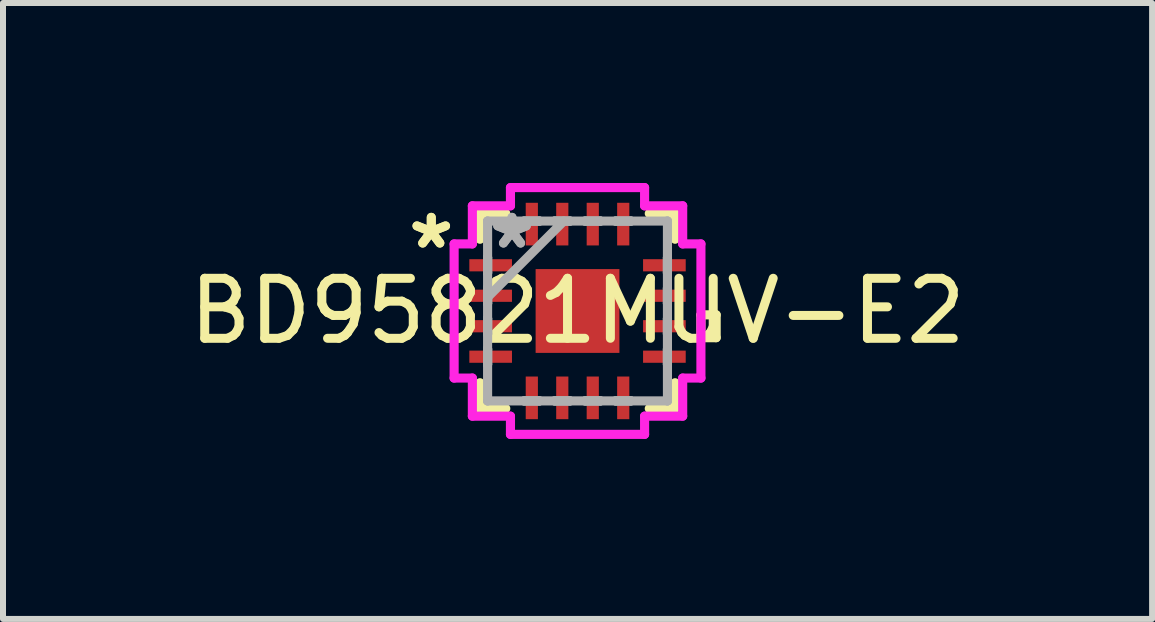
<source format=kicad_pcb>
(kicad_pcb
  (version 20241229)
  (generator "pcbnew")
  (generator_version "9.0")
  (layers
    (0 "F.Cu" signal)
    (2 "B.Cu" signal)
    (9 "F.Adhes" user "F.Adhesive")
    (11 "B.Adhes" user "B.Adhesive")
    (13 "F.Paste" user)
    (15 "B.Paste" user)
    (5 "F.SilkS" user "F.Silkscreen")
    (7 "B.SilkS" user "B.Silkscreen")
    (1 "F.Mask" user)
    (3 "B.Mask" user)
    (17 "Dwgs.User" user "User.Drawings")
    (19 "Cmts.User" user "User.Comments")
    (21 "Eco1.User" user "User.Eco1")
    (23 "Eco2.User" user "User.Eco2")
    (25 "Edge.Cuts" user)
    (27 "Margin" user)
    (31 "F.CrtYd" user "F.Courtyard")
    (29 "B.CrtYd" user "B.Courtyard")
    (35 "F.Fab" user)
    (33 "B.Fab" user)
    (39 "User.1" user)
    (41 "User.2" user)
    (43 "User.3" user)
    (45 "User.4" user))
  (footprint "BD95821MUV-E2"
    (layer "F.Cu")
    (at 6.577 2.134)
    (property "Reference" "BD95821MUV-E2" (at 0 0 0) (layer "F.SilkS") (effects (font (size 1 1) (thickness 0.15))))
    (attr through_hole)
    (fp_line (start -1.626 -1.626) (end -1.626 -1.196) (stroke (width 0.152) (type solid)) (layer "F.SilkS"))
    (fp_line (start -1.626 1.196) (end -1.626 1.626) (stroke (width 0.152) (type solid)) (layer "F.SilkS"))
    (fp_line (start -1.626 1.626) (end -1.196 1.626) (stroke (width 0.152) (type solid)) (layer "F.SilkS"))
    (fp_line (start -1.196 -1.626) (end -1.626 -1.626) (stroke (width 0.152) (type solid)) (layer "F.SilkS"))
    (fp_line (start 1.196 1.626) (end 1.626 1.626) (stroke (width 0.152) (type solid)) (layer "F.SilkS"))
    (fp_line (start 1.626 -1.626) (end 1.196 -1.626) (stroke (width 0.152) (type solid)) (layer "F.SilkS"))
    (fp_line (start 1.626 -1.196) (end 1.626 -1.626) (stroke (width 0.152) (type solid)) (layer "F.SilkS"))
    (fp_line (start 1.626 1.626) (end 1.626 1.196) (stroke (width 0.152) (type solid)) (layer "F.SilkS"))
    (fp_line (start 2.057 0.064) (end 2.311 0.064) (stroke (width 0.152) (type solid)) (layer "F.SilkS"))
    (fp_line (start 2.057 0.445) (end 2.057 0.064) (stroke (width 0.152) (type solid)) (layer "F.SilkS"))
    (fp_line (start 2.311 0.064) (end 2.311 0.445) (stroke (width 0.152) (type solid)) (layer "F.SilkS"))
    (fp_line (start 2.311 0.445) (end 2.057 0.445) (stroke (width 0.152) (type solid)) (layer "F.SilkS"))
    (fp_line (start -2.057 -1.118) (end -1.753 -1.118) (stroke (width 0.152) (type solid)) (layer "F.CrtYd"))
    (fp_line (start -2.057 1.118) (end -2.057 -1.118) (stroke (width 0.152) (type solid)) (layer "F.CrtYd"))
    (fp_line (start -1.753 -1.753) (end -1.118 -1.753) (stroke (width 0.152) (type solid)) (layer "F.CrtYd"))
    (fp_line (start -1.753 -1.118) (end -1.753 -1.753) (stroke (width 0.152) (type solid)) (layer "F.CrtYd"))
    (fp_line (start -1.753 1.118) (end -2.057 1.118) (stroke (width 0.152) (type solid)) (layer "F.CrtYd"))
    (fp_line (start -1.753 1.753) (end -1.753 1.118) (stroke (width 0.152) (type solid)) (layer "F.CrtYd"))
    (fp_line (start -1.118 -2.057) (end 1.118 -2.057) (stroke (width 0.152) (type solid)) (layer "F.CrtYd"))
    (fp_line (start -1.118 -1.753) (end -1.118 -2.057) (stroke (width 0.152) (type solid)) (layer "F.CrtYd"))
    (fp_line (start -1.118 1.753) (end -1.753 1.753) (stroke (width 0.152) (type solid)) (layer "F.CrtYd"))
    (fp_line (start -1.118 2.057) (end -1.118 1.753) (stroke (width 0.152) (type solid)) (layer "F.CrtYd"))
    (fp_line (start 1.118 -2.057) (end 1.118 -1.753) (stroke (width 0.152) (type solid)) (layer "F.CrtYd"))
    (fp_line (start 1.118 -1.753) (end 1.753 -1.753) (stroke (width 0.152) (type solid)) (layer "F.CrtYd"))
    (fp_line (start 1.118 1.753) (end 1.118 2.057) (stroke (width 0.152) (type solid)) (layer "F.CrtYd"))
    (fp_line (start 1.118 2.057) (end -1.118 2.057) (stroke (width 0.152) (type solid)) (layer "F.CrtYd"))
    (fp_line (start 1.753 -1.753) (end 1.753 -1.118) (stroke (width 0.152) (type solid)) (layer "F.CrtYd"))
    (fp_line (start 1.753 -1.118) (end 2.057 -1.118) (stroke (width 0.152) (type solid)) (layer "F.CrtYd"))
    (fp_line (start 1.753 1.118) (end 1.753 1.753) (stroke (width 0.152) (type solid)) (layer "F.CrtYd"))
    (fp_line (start 1.753 1.753) (end 1.118 1.753) (stroke (width 0.152) (type solid)) (layer "F.CrtYd"))
    (fp_line (start 2.057 -1.118) (end 2.057 1.118) (stroke (width 0.152) (type solid)) (layer "F.CrtYd"))
    (fp_line (start 2.057 1.118) (end 1.753 1.118) (stroke (width 0.152) (type solid)) (layer "F.CrtYd"))
    (fp_line (start -1.499 -1.499) (end -1.499 -1.499) (stroke (width 0.152) (type solid)) (layer "F.Fab"))
    (fp_line (start -1.499 -1.499) (end -1.499 1.499) (stroke (width 0.152) (type solid)) (layer "F.Fab"))
    (fp_line (start -1.499 -0.889) (end -1.499 -0.889) (stroke (width 0.152) (type solid)) (layer "F.Fab"))
    (fp_line (start -1.499 -0.889) (end -1.499 -0.635) (stroke (width 0.152) (type solid)) (layer "F.Fab"))
    (fp_line (start -1.499 -0.635) (end -1.499 -0.889) (stroke (width 0.152) (type solid)) (layer "F.Fab"))
    (fp_line (start -1.499 -0.635) (end -1.499 -0.635) (stroke (width 0.152) (type solid)) (layer "F.Fab"))
    (fp_line (start -1.499 -0.381) (end -1.499 -0.381) (stroke (width 0.152) (type solid)) (layer "F.Fab"))
    (fp_line (start -1.499 -0.381) (end -1.499 -0.127) (stroke (width 0.152) (type solid)) (layer "F.Fab"))
    (fp_line (start -1.499 -0.229) (end -0.229 -1.499) (stroke (width 0.152) (type solid)) (layer "F.Fab"))
    (fp_line (start -1.499 -0.127) (end -1.499 -0.381) (stroke (width 0.152) (type solid)) (layer "F.Fab"))
    (fp_line (start -1.499 -0.127) (end -1.499 -0.127) (stroke (width 0.152) (type solid)) (layer "F.Fab"))
    (fp_line (start -1.499 0.127) (end -1.499 0.127) (stroke (width 0.152) (type solid)) (layer "F.Fab"))
    (fp_line (start -1.499 0.127) (end -1.499 0.381) (stroke (width 0.152) (type solid)) (layer "F.Fab"))
    (fp_line (start -1.499 0.381) (end -1.499 0.127) (stroke (width 0.152) (type solid)) (layer "F.Fab"))
    (fp_line (start -1.499 0.381) (end -1.499 0.381) (stroke (width 0.152) (type solid)) (layer "F.Fab"))
    (fp_line (start -1.499 0.635) (end -1.499 0.635) (stroke (width 0.152) (type solid)) (layer "F.Fab"))
    (fp_line (start -1.499 0.635) (end -1.499 0.889) (stroke (width 0.152) (type solid)) (layer "F.Fab"))
    (fp_line (start -1.499 0.889) (end -1.499 0.635) (stroke (width 0.152) (type solid)) (layer "F.Fab"))
    (fp_line (start -1.499 0.889) (end -1.499 0.889) (stroke (width 0.152) (type solid)) (layer "F.Fab"))
    (fp_line (start -1.499 1.499) (end -1.499 1.499) (stroke (width 0.152) (type solid)) (layer "F.Fab"))
    (fp_line (start -1.499 1.499) (end 1.499 1.499) (stroke (width 0.152) (type solid)) (layer "F.Fab"))
    (fp_line (start -0.889 -1.499) (end -0.889 -1.499) (stroke (width 0.152) (type solid)) (layer "F.Fab"))
    (fp_line (start -0.889 -1.499) (end -0.635 -1.499) (stroke (width 0.152) (type solid)) (layer "F.Fab"))
    (fp_line (start -0.889 1.499) (end -0.889 1.499) (stroke (width 0.152) (type solid)) (layer "F.Fab"))
    (fp_line (start -0.889 1.499) (end -0.635 1.499) (stroke (width 0.152) (type solid)) (layer "F.Fab"))
    (fp_line (start -0.635 -1.499) (end -0.889 -1.499) (stroke (width 0.152) (type solid)) (layer "F.Fab"))
    (fp_line (start -0.635 -1.499) (end -0.635 -1.499) (stroke (width 0.152) (type solid)) (layer "F.Fab"))
    (fp_line (start -0.635 1.499) (end -0.889 1.499) (stroke (width 0.152) (type solid)) (layer "F.Fab"))
    (fp_line (start -0.635 1.499) (end -0.635 1.499) (stroke (width 0.152) (type solid)) (layer "F.Fab"))
    (fp_line (start -0.381 -1.499) (end -0.381 -1.499) (stroke (width 0.152) (type solid)) (layer "F.Fab"))
    (fp_line (start -0.381 -1.499) (end -0.127 -1.499) (stroke (width 0.152) (type solid)) (layer "F.Fab"))
    (fp_line (start -0.381 1.499) (end -0.381 1.499) (stroke (width 0.152) (type solid)) (layer "F.Fab"))
    (fp_line (start -0.381 1.499) (end -0.127 1.499) (stroke (width 0.152) (type solid)) (layer "F.Fab"))
    (fp_line (start -0.127 -1.499) (end -0.381 -1.499) (stroke (width 0.152) (type solid)) (layer "F.Fab"))
    (fp_line (start -0.127 -1.499) (end -0.127 -1.499) (stroke (width 0.152) (type solid)) (layer "F.Fab"))
    (fp_line (start -0.127 1.499) (end -0.381 1.499) (stroke (width 0.152) (type solid)) (layer "F.Fab"))
    (fp_line (start -0.127 1.499) (end -0.127 1.499) (stroke (width 0.152) (type solid)) (layer "F.Fab"))
    (fp_line (start 0.127 -1.499) (end 0.127 -1.499) (stroke (width 0.152) (type solid)) (layer "F.Fab"))
    (fp_line (start 0.127 -1.499) (end 0.381 -1.499) (stroke (width 0.152) (type solid)) (layer "F.Fab"))
    (fp_line (start 0.127 1.499) (end 0.127 1.499) (stroke (width 0.152) (type solid)) (layer "F.Fab"))
    (fp_line (start 0.127 1.499) (end 0.381 1.499) (stroke (width 0.152) (type solid)) (layer "F.Fab"))
    (fp_line (start 0.381 -1.499) (end 0.127 -1.499) (stroke (width 0.152) (type solid)) (layer "F.Fab"))
    (fp_line (start 0.381 -1.499) (end 0.381 -1.499) (stroke (width 0.152) (type solid)) (layer "F.Fab"))
    (fp_line (start 0.381 1.499) (end 0.127 1.499) (stroke (width 0.152) (type solid)) (layer "F.Fab"))
    (fp_line (start 0.381 1.499) (end 0.381 1.499) (stroke (width 0.152) (type solid)) (layer "F.Fab"))
    (fp_line (start 0.635 -1.499) (end 0.635 -1.499) (stroke (width 0.152) (type solid)) (layer "F.Fab"))
    (fp_line (start 0.635 -1.499) (end 0.889 -1.499) (stroke (width 0.152) (type solid)) (layer "F.Fab"))
    (fp_line (start 0.635 1.499) (end 0.635 1.499) (stroke (width 0.152) (type solid)) (layer "F.Fab"))
    (fp_line (start 0.635 1.499) (end 0.889 1.499) (stroke (width 0.152) (type solid)) (layer "F.Fab"))
    (fp_line (start 0.889 -1.499) (end 0.635 -1.499) (stroke (width 0.152) (type solid)) (layer "F.Fab"))
    (fp_line (start 0.889 -1.499) (end 0.889 -1.499) (stroke (width 0.152) (type solid)) (layer "F.Fab"))
    (fp_line (start 0.889 1.499) (end 0.635 1.499) (stroke (width 0.152) (type solid)) (layer "F.Fab"))
    (fp_line (start 0.889 1.499) (end 0.889 1.499) (stroke (width 0.152) (type solid)) (layer "F.Fab"))
    (fp_line (start 1.499 -1.499) (end -1.499 -1.499) (stroke (width 0.152) (type solid)) (layer "F.Fab"))
    (fp_line (start 1.499 -1.499) (end 1.499 -1.499) (stroke (width 0.152) (type solid)) (layer "F.Fab"))
    (fp_line (start 1.499 -0.889) (end 1.499 -0.889) (stroke (width 0.152) (type solid)) (layer "F.Fab"))
    (fp_line (start 1.499 -0.889) (end 1.499 -0.635) (stroke (width 0.152) (type solid)) (layer "F.Fab"))
    (fp_line (start 1.499 -0.635) (end 1.499 -0.889) (stroke (width 0.152) (type solid)) (layer "F.Fab"))
    (fp_line (start 1.499 -0.635) (end 1.499 -0.635) (stroke (width 0.152) (type solid)) (layer "F.Fab"))
    (fp_line (start 1.499 -0.381) (end 1.499 -0.381) (stroke (width 0.152) (type solid)) (layer "F.Fab"))
    (fp_line (start 1.499 -0.381) (end 1.499 -0.127) (stroke (width 0.152) (type solid)) (layer "F.Fab"))
    (fp_line (start 1.499 -0.127) (end 1.499 -0.381) (stroke (width 0.152) (type solid)) (layer "F.Fab"))
    (fp_line (start 1.499 -0.127) (end 1.499 -0.127) (stroke (width 0.152) (type solid)) (layer "F.Fab"))
    (fp_line (start 1.499 0.127) (end 1.499 0.127) (stroke (width 0.152) (type solid)) (layer "F.Fab"))
    (fp_line (start 1.499 0.127) (end 1.499 0.381) (stroke (width 0.152) (type solid)) (layer "F.Fab"))
    (fp_line (start 1.499 0.381) (end 1.499 0.127) (stroke (width 0.152) (type solid)) (layer "F.Fab"))
    (fp_line (start 1.499 0.381) (end 1.499 0.381) (stroke (width 0.152) (type solid)) (layer "F.Fab"))
    (fp_line (start 1.499 0.635) (end 1.499 0.635) (stroke (width 0.152) (type solid)) (layer "F.Fab"))
    (fp_line (start 1.499 0.635) (end 1.499 0.889) (stroke (width 0.152) (type solid)) (layer "F.Fab"))
    (fp_line (start 1.499 0.889) (end 1.499 0.635) (stroke (width 0.152) (type solid)) (layer "F.Fab"))
    (fp_line (start 1.499 0.889) (end 1.499 0.889) (stroke (width 0.152) (type solid)) (layer "F.Fab"))
    (fp_line (start 1.499 1.499) (end 1.499 -1.499) (stroke (width 0.152) (type solid)) (layer "F.Fab"))
    (fp_line (start 1.499 1.499) (end 1.499 1.499) (stroke (width 0.152) (type solid)) (layer "F.Fab"))
    (fp_text user "*" (at -2.438 -1.016 0) (layer "F.SilkS") (effects (font (size 1 1) (thickness 0.15))))
    (fp_text user "*" (at -2.438 -1.016 0) (layer "F.SilkS") (effects (font (size 1 1) (thickness 0.15))))
    (fp_text user "*" (at -1.092 -1.016 0) (layer "F.Fab") (effects (font (size 1 1) (thickness 0.15))))
    (fp_text user "*" (at -1.092 -1.016 0) (layer "F.Fab") (effects (font (size 1 1) (thickness 0.15))))
    (pad "1" smd rect (at -1.448 -0.762 90) (size 0.203 0.711) (layers "F.Cu" "F.Mask" "F.Paste"))
    (pad "2" smd rect (at -1.448 -0.254 90) (size 0.203 0.711) (layers "F.Cu" "F.Mask" "F.Paste"))
    (pad "3" smd rect (at -1.448 0.254 90) (size 0.203 0.711) (layers "F.Cu" "F.Mask" "F.Paste"))
    (pad "4" smd rect (at -1.448 0.762 90) (size 0.203 0.711) (layers "F.Cu" "F.Mask" "F.Paste"))
    (pad "5" smd rect (at -0.762 1.448) (size 0.203 0.711) (layers "F.Cu" "F.Mask" "F.Paste"))
    (pad "6" smd rect (at -0.254 1.448) (size 0.203 0.711) (layers "F.Cu" "F.Mask" "F.Paste"))
    (pad "7" smd rect (at 0.254 1.448) (size 0.203 0.711) (layers "F.Cu" "F.Mask" "F.Paste"))
    (pad "8" smd rect (at 0.762 1.448) (size 0.203 0.711) (layers "F.Cu" "F.Mask" "F.Paste"))
    (pad "9" smd rect (at 1.448 0.762 90) (size 0.203 0.711) (layers "F.Cu" "F.Mask" "F.Paste"))
    (pad "10" smd rect (at 1.448 0.254 90) (size 0.203 0.711) (layers "F.Cu" "F.Mask" "F.Paste"))
    (pad "11" smd rect (at 1.448 -0.254 90) (size 0.203 0.711) (layers "F.Cu" "F.Mask" "F.Paste"))
    (pad "12" smd rect (at 1.448 -0.762 90) (size 0.203 0.711) (layers "F.Cu" "F.Mask" "F.Paste"))
    (pad "13" smd rect (at 0.762 -1.448) (size 0.203 0.711) (layers "F.Cu" "F.Mask" "F.Paste"))
    (pad "14" smd rect (at 0.254 -1.448) (size 0.203 0.711) (layers "F.Cu" "F.Mask" "F.Paste"))
    (pad "15" smd rect (at -0.254 -1.448) (size 0.203 0.711) (layers "F.Cu" "F.Mask" "F.Paste"))
    (pad "16" smd rect (at -0.762 -1.448) (size 0.203 0.711) (layers "F.Cu" "F.Mask" "F.Paste"))
    (pad "17" smd rect (at 0 0) (size 1.397 1.397) (layers "F.Cu" "F.Mask" "F.Paste")))
  (gr_rect
    (start -3 -3)
    (end 16.155 7.267)
    (stroke (width 0.1) (type default))
    (fill no)
    (layer "Edge.Cuts")))
</source>
